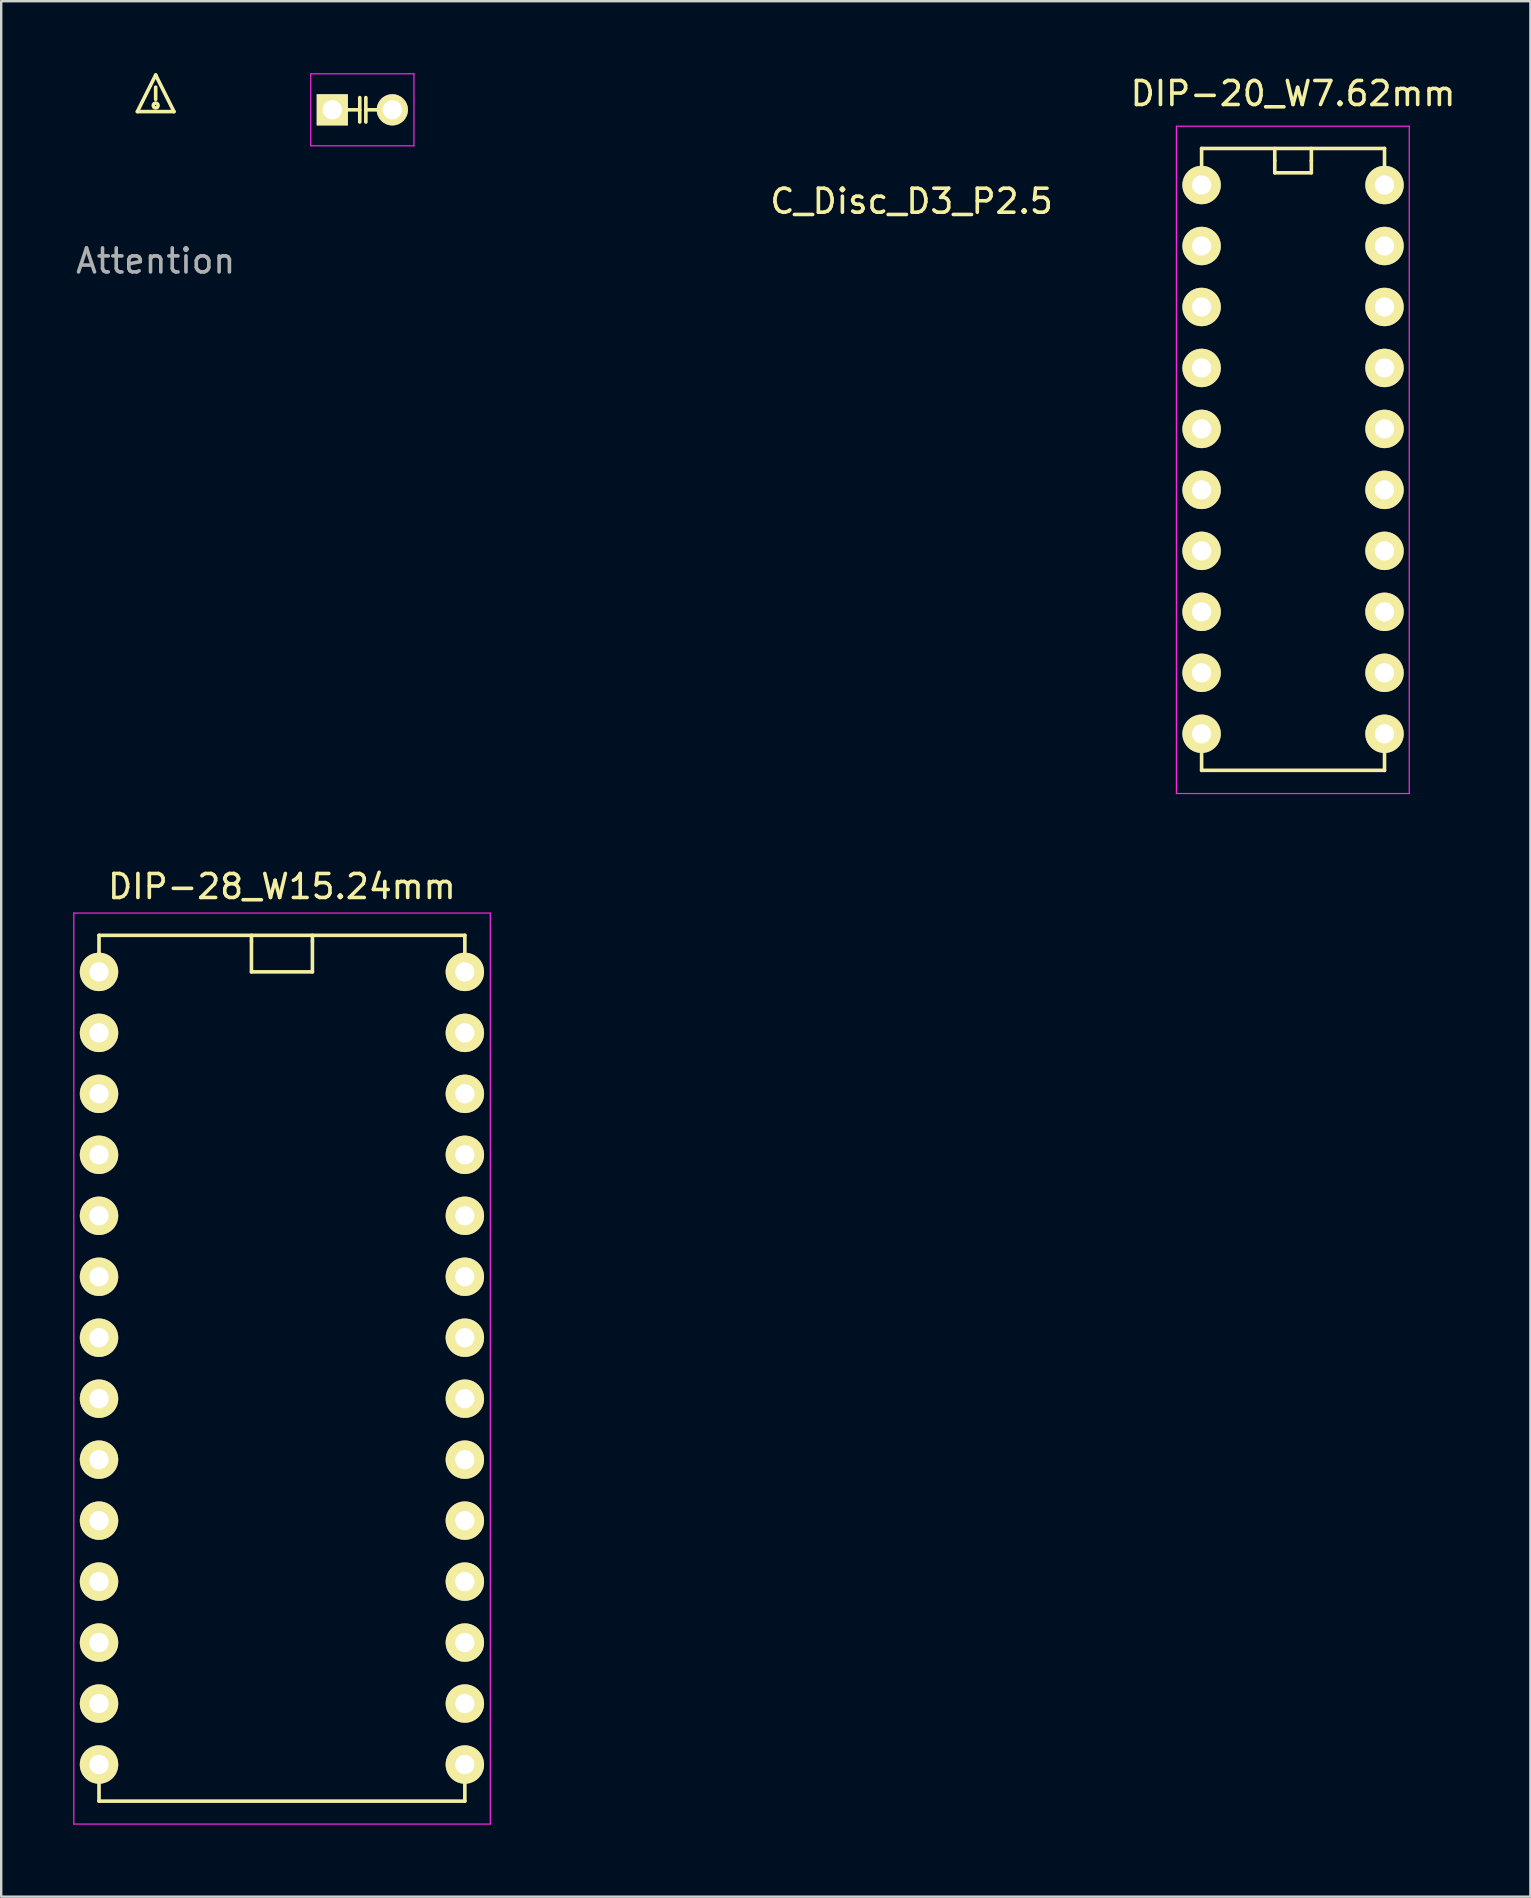
<source format=kicad_pcb>
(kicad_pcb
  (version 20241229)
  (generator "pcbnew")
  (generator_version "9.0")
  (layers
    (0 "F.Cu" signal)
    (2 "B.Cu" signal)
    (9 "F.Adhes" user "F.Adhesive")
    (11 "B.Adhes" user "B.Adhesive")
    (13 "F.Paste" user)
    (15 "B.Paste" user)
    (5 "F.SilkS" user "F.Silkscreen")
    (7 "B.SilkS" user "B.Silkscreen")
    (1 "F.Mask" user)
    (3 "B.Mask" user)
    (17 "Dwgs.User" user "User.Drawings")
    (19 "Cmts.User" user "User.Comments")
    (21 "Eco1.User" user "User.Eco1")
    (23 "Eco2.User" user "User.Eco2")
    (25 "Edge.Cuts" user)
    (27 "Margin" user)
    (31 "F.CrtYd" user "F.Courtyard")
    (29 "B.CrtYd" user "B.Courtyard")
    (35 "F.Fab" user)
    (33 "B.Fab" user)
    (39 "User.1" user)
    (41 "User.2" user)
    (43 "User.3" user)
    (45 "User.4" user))
  (footprint "C_Disc_D3_P2.5"
    (layer "F.Cu")
    (at 10.794 1.525)
    (property "Reference" "C_Disc_D3_P2.5" (at 24.13 3.81 0) (layer "F.SilkS") (effects (font (size 1 1) (thickness 0.15))))
    (attr through_hole)
    (fp_line (start 1.143 -0.508) (end 1.143 0.508) (stroke (width 0.15) (type solid)) (layer "F.SilkS"))
    (fp_line (start 1.143 0) (end 0.635 0) (stroke (width 0.15) (type solid)) (layer "F.SilkS"))
    (fp_line (start 1.397 -0.508) (end 1.397 0.508) (stroke (width 0.15) (type solid)) (layer "F.SilkS"))
    (fp_line (start 1.397 0) (end 1.905 0) (stroke (width 0.15) (type solid)) (layer "F.SilkS"))
    (fp_line (start -0.9 -1.5) (end 3.4 -1.5) (stroke (width 0.05) (type solid)) (layer "F.CrtYd"))
    (fp_line (start -0.9 1.5) (end -0.9 -1.5) (stroke (width 0.05) (type solid)) (layer "F.CrtYd"))
    (fp_line (start 3.4 -1.5) (end 3.4 1.5) (stroke (width 0.05) (type solid)) (layer "F.CrtYd"))
    (fp_line (start 3.4 1.5) (end -0.9 1.5) (stroke (width 0.05) (type solid)) (layer "F.CrtYd"))
    (pad "1" thru_hole rect (at 0 0) (size 1.3 1.3) (drill 0.8) (layers "*.Cu" "*.Mask" "F.SilkS"))
    (pad "2" thru_hole circle (at 2.5 0) (size 1.3 1.3) (drill 0.8) (layers "*.Cu" "*.Mask" "F.SilkS")))
  (footprint "DIP-28_W15.24mm"
    (layer "F.Cu")
    (at 1.075 37.438)
    (property "Reference" "DIP-28_W15.24mm" (at 7.62 -3.556 0) (layer "F.SilkS") (effects (font (size 1 1) (thickness 0.15))))
    (attr through_hole)
    (fp_line (start 0 -1.524) (end 15.24 -1.524) (stroke (width 0.15) (type solid)) (layer "F.SilkS"))
    (fp_line (start 0 -0.508) (end 0 -1.524) (stroke (width 0.15) (type solid)) (layer "F.SilkS"))
    (fp_line (start 0 34.544) (end 0 33.528) (stroke (width 0.15) (type solid)) (layer "F.SilkS"))
    (fp_line (start 0 34.544) (end 15.24 34.544) (stroke (width 0.15) (type solid)) (layer "F.SilkS"))
    (fp_line (start 6.35 -1.27) (end 6.35 -1.524) (stroke (width 0.15) (type solid)) (layer "F.SilkS"))
    (fp_line (start 6.35 -1.27) (end 6.35 0) (stroke (width 0.15) (type solid)) (layer "F.SilkS"))
    (fp_line (start 6.35 0) (end 8.89 0) (stroke (width 0.15) (type solid)) (layer "F.SilkS"))
    (fp_line (start 8.89 -1.27) (end 8.89 -1.524) (stroke (width 0.15) (type solid)) (layer "F.SilkS"))
    (fp_line (start 8.89 0) (end 8.89 -1.27) (stroke (width 0.15) (type solid)) (layer "F.SilkS"))
    (fp_line (start 15.24 -1.524) (end 15.24 -0.508) (stroke (width 0.15) (type solid)) (layer "F.SilkS"))
    (fp_line (start 15.24 34.544) (end 15.24 33.528) (stroke (width 0.15) (type solid)) (layer "F.SilkS"))
    (fp_line (start -1.05 -2.45) (end -1.05 35.5) (stroke (width 0.05) (type solid)) (layer "F.CrtYd"))
    (fp_line (start -1.05 -2.45) (end 16.3 -2.45) (stroke (width 0.05) (type solid)) (layer "F.CrtYd"))
    (fp_line (start -1.05 35.5) (end 16.3 35.5) (stroke (width 0.05) (type solid)) (layer "F.CrtYd"))
    (fp_line (start 16.3 -2.45) (end 16.3 35.5) (stroke (width 0.05) (type solid)) (layer "F.CrtYd"))
    (pad "1" thru_hole oval (at 0 0) (size 1.6 1.6) (drill 0.8) (layers "*.Cu" "*.Mask" "F.SilkS"))
    (pad "2" thru_hole oval (at 0 2.54) (size 1.6 1.6) (drill 0.8) (layers "*.Cu" "*.Mask" "F.SilkS"))
    (pad "3" thru_hole oval (at 0 5.08) (size 1.6 1.6) (drill 0.8) (layers "*.Cu" "*.Mask" "F.SilkS"))
    (pad "4" thru_hole oval (at 0 7.62) (size 1.6 1.6) (drill 0.8) (layers "*.Cu" "*.Mask" "F.SilkS"))
    (pad "5" thru_hole oval (at 0 10.16) (size 1.6 1.6) (drill 0.8) (layers "*.Cu" "*.Mask" "F.SilkS"))
    (pad "6" thru_hole oval (at 0 12.7) (size 1.6 1.6) (drill 0.8) (layers "*.Cu" "*.Mask" "F.SilkS"))
    (pad "7" thru_hole oval (at 0 15.24) (size 1.6 1.6) (drill 0.8) (layers "*.Cu" "*.Mask" "F.SilkS"))
    (pad "8" thru_hole oval (at 0 17.78) (size 1.6 1.6) (drill 0.8) (layers "*.Cu" "*.Mask" "F.SilkS"))
    (pad "9" thru_hole oval (at 0 20.32) (size 1.6 1.6) (drill 0.8) (layers "*.Cu" "*.Mask" "F.SilkS"))
    (pad "10" thru_hole oval (at 0 22.86) (size 1.6 1.6) (drill 0.8) (layers "*.Cu" "*.Mask" "F.SilkS"))
    (pad "11" thru_hole oval (at 0 25.4) (size 1.6 1.6) (drill 0.8) (layers "*.Cu" "*.Mask" "F.SilkS"))
    (pad "12" thru_hole oval (at 0 27.94) (size 1.6 1.6) (drill 0.8) (layers "*.Cu" "*.Mask" "F.SilkS"))
    (pad "13" thru_hole oval (at 0 30.48) (size 1.6 1.6) (drill 0.8) (layers "*.Cu" "*.Mask" "F.SilkS"))
    (pad "14" thru_hole oval (at 0 33.02) (size 1.6 1.6) (drill 0.8) (layers "*.Cu" "*.Mask" "F.SilkS"))
    (pad "15" thru_hole oval (at 15.24 33.02) (size 1.6 1.6) (drill 0.8) (layers "*.Cu" "*.Mask" "F.SilkS"))
    (pad "16" thru_hole oval (at 15.24 30.48) (size 1.6 1.6) (drill 0.8) (layers "*.Cu" "*.Mask" "F.SilkS"))
    (pad "17" thru_hole oval (at 15.24 27.94) (size 1.6 1.6) (drill 0.8) (layers "*.Cu" "*.Mask" "F.SilkS"))
    (pad "18" thru_hole oval (at 15.24 25.4) (size 1.6 1.6) (drill 0.8) (layers "*.Cu" "*.Mask" "F.SilkS"))
    (pad "19" thru_hole oval (at 15.24 22.86) (size 1.6 1.6) (drill 0.8) (layers "*.Cu" "*.Mask" "F.SilkS"))
    (pad "20" thru_hole oval (at 15.24 20.32) (size 1.6 1.6) (drill 0.8) (layers "*.Cu" "*.Mask" "F.SilkS"))
    (pad "21" thru_hole oval (at 15.24 17.78) (size 1.6 1.6) (drill 0.8) (layers "*.Cu" "*.Mask" "F.SilkS"))
    (pad "22" thru_hole oval (at 15.24 15.24) (size 1.6 1.6) (drill 0.8) (layers "*.Cu" "*.Mask" "F.SilkS"))
    (pad "23" thru_hole oval (at 15.24 12.7) (size 1.6 1.6) (drill 0.8) (layers "*.Cu" "*.Mask" "F.SilkS"))
    (pad "24" thru_hole oval (at 15.24 10.16) (size 1.6 1.6) (drill 0.8) (layers "*.Cu" "*.Mask" "F.SilkS"))
    (pad "25" thru_hole oval (at 15.24 7.62) (size 1.6 1.6) (drill 0.8) (layers "*.Cu" "*.Mask" "F.SilkS"))
    (pad "26" thru_hole oval (at 15.24 5.08) (size 1.6 1.6) (drill 0.8) (layers "*.Cu" "*.Mask" "F.SilkS"))
    (pad "27" thru_hole oval (at 15.24 2.54) (size 1.6 1.6) (drill 0.8) (layers "*.Cu" "*.Mask" "F.SilkS"))
    (pad "28" thru_hole oval (at 15.24 0) (size 1.6 1.6) (drill 0.8) (layers "*.Cu" "*.Mask" "F.SilkS")))
  (footprint "Attention"
    (layer "F.Cu")
    (at 3.435 1.599)
    (property "Reference" "Attention" (at 0 6.223 0) (layer "F.Fab") (effects (font (size 1 1) (thickness 0.15))))
    (attr through_hole)
    (fp_line (start -0.762 0) (end 0 -1.524) (stroke (width 0.15) (type solid)) (layer "F.SilkS"))
    (fp_line (start -0.762 0) (end 0.762 0) (stroke (width 0.15) (type solid)) (layer "F.SilkS"))
    (fp_line (start 0 -1.016) (end 0 -0.508) (stroke (width 0.15) (type solid)) (layer "F.SilkS"))
    (fp_line (start 0.762 0) (end 0 -1.524) (stroke (width 0.15) (type solid)) (layer "F.SilkS"))
    (fp_circle (center 0 -0.254) (end 0 -0.279) (stroke (width 0.15) (type solid)) (fill no) (layer "F.SilkS")))
  (footprint "DIP-20_W7.62mm"
    (layer "F.Cu")
    (at 47.007 4.658)
    (property "Reference" "DIP-20_W7.62mm" (at 3.81 -3.81 0) (layer "F.SilkS") (effects (font (size 1 1) (thickness 0.15))))
    (attr through_hole)
    (fp_line (start 0 -1.524) (end 7.62 -1.524) (stroke (width 0.15) (type solid)) (layer "F.SilkS"))
    (fp_line (start 0 -0.508) (end 0 -1.524) (stroke (width 0.15) (type solid)) (layer "F.SilkS"))
    (fp_line (start 0 23.368) (end 0 24.384) (stroke (width 0.15) (type solid)) (layer "F.SilkS"))
    (fp_line (start 0 24.384) (end 7.62 24.384) (stroke (width 0.15) (type solid)) (layer "F.SilkS"))
    (fp_line (start 3.048 -1.524) (end 3.048 -1.016) (stroke (width 0.15) (type solid)) (layer "F.SilkS"))
    (fp_line (start 3.048 -1.016) (end 3.048 -0.508) (stroke (width 0.15) (type solid)) (layer "F.SilkS"))
    (fp_line (start 3.048 -0.508) (end 4.572 -0.508) (stroke (width 0.15) (type solid)) (layer "F.SilkS"))
    (fp_line (start 4.572 -1.016) (end 4.572 -1.524) (stroke (width 0.15) (type solid)) (layer "F.SilkS"))
    (fp_line (start 4.572 -0.508) (end 4.572 -1.016) (stroke (width 0.15) (type solid)) (layer "F.SilkS"))
    (fp_line (start 7.62 -1.524) (end 7.62 -0.508) (stroke (width 0.15) (type solid)) (layer "F.SilkS"))
    (fp_line (start 7.62 24.384) (end 7.62 23.368) (stroke (width 0.15) (type solid)) (layer "F.SilkS"))
    (fp_line (start -1.05 -2.45) (end -1.05 25.35) (stroke (width 0.05) (type solid)) (layer "F.CrtYd"))
    (fp_line (start -1.05 -2.45) (end 8.65 -2.45) (stroke (width 0.05) (type solid)) (layer "F.CrtYd"))
    (fp_line (start -1.05 25.35) (end 8.65 25.35) (stroke (width 0.05) (type solid)) (layer "F.CrtYd"))
    (fp_line (start 8.65 -2.45) (end 8.65 25.35) (stroke (width 0.05) (type solid)) (layer "F.CrtYd"))
    (pad "1" thru_hole oval (at 0 0) (size 1.6 1.6) (drill 0.8) (layers "*.Cu" "*.Mask" "F.SilkS"))
    (pad "2" thru_hole oval (at 0 2.54) (size 1.6 1.6) (drill 0.8) (layers "*.Cu" "*.Mask" "F.SilkS"))
    (pad "3" thru_hole oval (at 0 5.08) (size 1.6 1.6) (drill 0.8) (layers "*.Cu" "*.Mask" "F.SilkS"))
    (pad "4" thru_hole oval (at 0 7.62) (size 1.6 1.6) (drill 0.8) (layers "*.Cu" "*.Mask" "F.SilkS"))
    (pad "5" thru_hole oval (at 0 10.16) (size 1.6 1.6) (drill 0.8) (layers "*.Cu" "*.Mask" "F.SilkS"))
    (pad "6" thru_hole oval (at 0 12.7) (size 1.6 1.6) (drill 0.8) (layers "*.Cu" "*.Mask" "F.SilkS"))
    (pad "7" thru_hole oval (at 0 15.24) (size 1.6 1.6) (drill 0.8) (layers "*.Cu" "*.Mask" "F.SilkS"))
    (pad "8" thru_hole oval (at 0 17.78) (size 1.6 1.6) (drill 0.8) (layers "*.Cu" "*.Mask" "F.SilkS"))
    (pad "9" thru_hole oval (at 0 20.32) (size 1.6 1.6) (drill 0.8) (layers "*.Cu" "*.Mask" "F.SilkS"))
    (pad "10" thru_hole oval (at 0 22.86) (size 1.6 1.6) (drill 0.8) (layers "*.Cu" "*.Mask" "F.SilkS"))
    (pad "11" thru_hole oval (at 7.62 22.86) (size 1.6 1.6) (drill 0.8) (layers "*.Cu" "*.Mask" "F.SilkS"))
    (pad "12" thru_hole oval (at 7.62 20.32) (size 1.6 1.6) (drill 0.8) (layers "*.Cu" "*.Mask" "F.SilkS"))
    (pad "13" thru_hole oval (at 7.62 17.78) (size 1.6 1.6) (drill 0.8) (layers "*.Cu" "*.Mask" "F.SilkS"))
    (pad "14" thru_hole oval (at 7.62 15.24) (size 1.6 1.6) (drill 0.8) (layers "*.Cu" "*.Mask" "F.SilkS"))
    (pad "15" thru_hole oval (at 7.62 12.7) (size 1.6 1.6) (drill 0.8) (layers "*.Cu" "*.Mask" "F.SilkS"))
    (pad "16" thru_hole oval (at 7.62 10.16) (size 1.6 1.6) (drill 0.8) (layers "*.Cu" "*.Mask" "F.SilkS"))
    (pad "17" thru_hole oval (at 7.62 7.62) (size 1.6 1.6) (drill 0.8) (layers "*.Cu" "*.Mask" "F.SilkS"))
    (pad "18" thru_hole oval (at 7.62 5.08) (size 1.6 1.6) (drill 0.8) (layers "*.Cu" "*.Mask" "F.SilkS"))
    (pad "19" thru_hole oval (at 7.62 2.54) (size 1.6 1.6) (drill 0.8) (layers "*.Cu" "*.Mask" "F.SilkS"))
    (pad "20" thru_hole oval (at 7.62 0) (size 1.6 1.6) (drill 0.8) (layers "*.Cu" "*.Mask" "F.SilkS")))
  (gr_rect
    (start -3 -3)
    (end 60.704 75.963)
    (stroke (width 0.1) (type default))
    (fill no)
    (layer "Edge.Cuts")))
</source>
